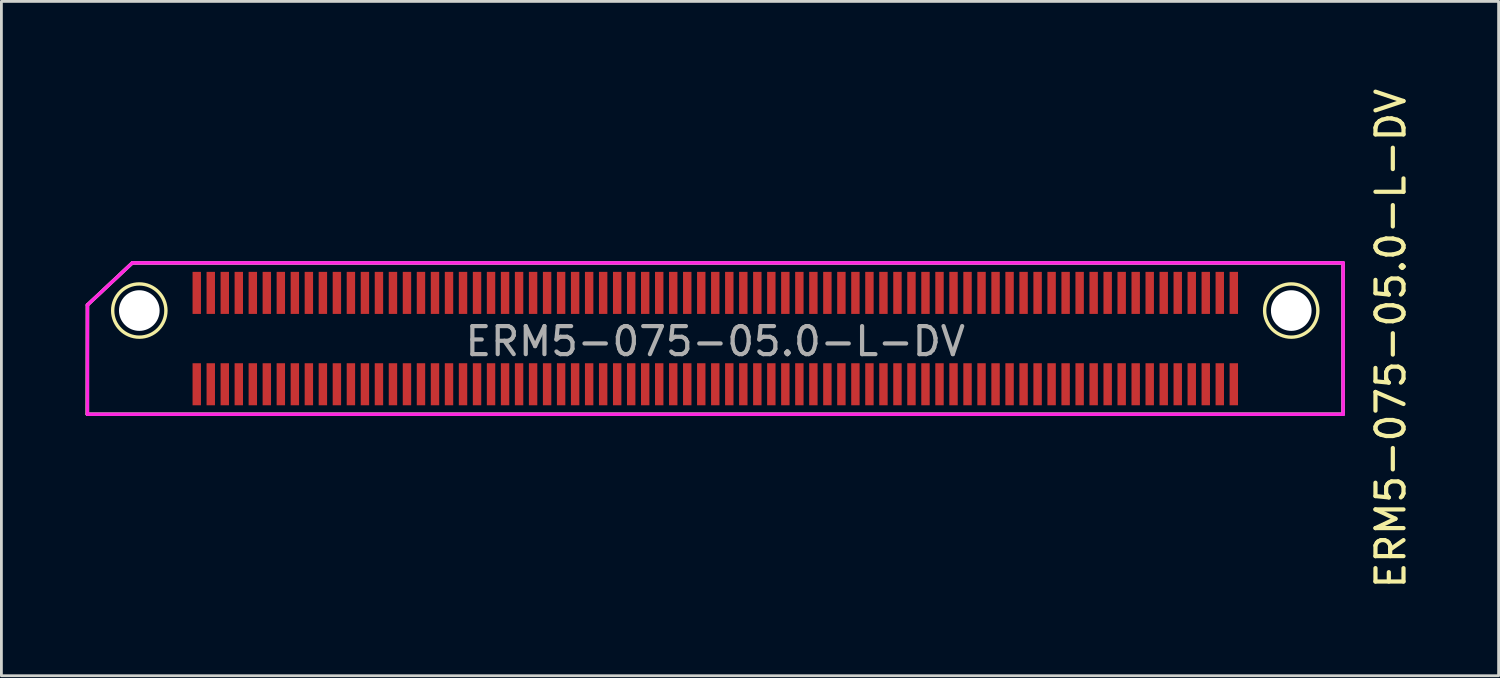
<source format=kicad_pcb>
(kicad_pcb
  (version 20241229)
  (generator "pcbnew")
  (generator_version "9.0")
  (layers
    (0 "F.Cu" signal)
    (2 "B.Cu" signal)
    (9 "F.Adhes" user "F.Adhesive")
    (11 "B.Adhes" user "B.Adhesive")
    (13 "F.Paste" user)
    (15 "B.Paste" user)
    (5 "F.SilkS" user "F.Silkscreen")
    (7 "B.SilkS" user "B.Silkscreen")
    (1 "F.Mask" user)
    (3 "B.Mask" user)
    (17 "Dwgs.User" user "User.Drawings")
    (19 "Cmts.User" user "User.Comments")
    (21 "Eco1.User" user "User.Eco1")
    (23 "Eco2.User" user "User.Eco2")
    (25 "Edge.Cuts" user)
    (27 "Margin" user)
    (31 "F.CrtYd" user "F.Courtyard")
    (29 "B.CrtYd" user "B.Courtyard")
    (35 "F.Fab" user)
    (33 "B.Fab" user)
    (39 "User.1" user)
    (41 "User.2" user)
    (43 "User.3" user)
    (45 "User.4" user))
  (footprint "ERM5-075-05.0-L-DV"
    (layer "F.Cu")
    (at 22.47 9.03)
    (property "Reference" "ERM5-075-05.0-L-DV" (at 24.1 0 90) (layer "F.SilkS") (effects (font (size 1 1) (thickness 0.15))))
    (attr smd)
    (fp_line (start -22.4 -1.2) (end -22.41 2.7) (stroke (width 0.12) (type solid)) (layer "F.SilkS"))
    (fp_line (start -22.4 2.7) (end 22.4 2.7) (stroke (width 0.12) (type solid)) (layer "F.SilkS"))
    (fp_line (start -20.8 -2.7) (end -22.4 -1.2) (stroke (width 0.12) (type solid)) (layer "F.SilkS"))
    (fp_line (start 22.4 -2.7) (end -20.8 -2.7) (stroke (width 0.12) (type solid)) (layer "F.SilkS"))
    (fp_line (start 22.4 2.7) (end 22.4 -2.7) (stroke (width 0.12) (type solid)) (layer "F.SilkS"))
    (fp_circle (center -20.55 -1) (end -19.6 -1) (stroke (width 0.12) (type solid)) (fill no) (layer "F.SilkS"))
    (fp_circle (center 20.55 -1) (end 21.5 -1) (stroke (width 0.12) (type solid)) (fill no) (layer "F.SilkS"))
    (fp_line (start -22.4 -1.2) (end -20.8 -2.7) (stroke (width 0.12) (type solid)) (layer "F.CrtYd"))
    (fp_line (start -22.4 2.7) (end -22.4 -1.2) (stroke (width 0.12) (type solid)) (layer "F.CrtYd"))
    (fp_line (start -20.8 -2.7) (end 22.4 -2.7) (stroke (width 0.12) (type solid)) (layer "F.CrtYd"))
    (fp_line (start 22.4 -2.7) (end 22.4 2.7) (stroke (width 0.12) (type solid)) (layer "F.CrtYd"))
    (fp_line (start 22.4 2.7) (end -22.4 2.7) (stroke (width 0.12) (type solid)) (layer "F.CrtYd"))
    (fp_line (start -22.4 2.7) (end -22.4 -1.2) (stroke (width 0.12) (type solid)) (layer "F.Fab"))
    (fp_line (start -20.8 -2.7) (end -22.4 -1.2) (stroke (width 0.12) (type solid)) (layer "F.Fab"))
    (fp_line (start -20.8 -2.7) (end 22.4 -2.7) (stroke (width 0.12) (type solid)) (layer "F.Fab"))
    (fp_line (start 22.4 -2.7) (end 22.4 2.7) (stroke (width 0.12) (type solid)) (layer "F.Fab"))
    (fp_line (start 22.4 2.7) (end -22.4 2.7) (stroke (width 0.12) (type solid)) (layer "F.Fab"))
    (fp_text user "${REFERENCE}" (at 0 0.1 0) (unlocked yes) (layer "F.Fab") (effects (font (size 1 1) (thickness 0.15))))
    (pad "" np_thru_hole circle (at -20.55 -1) (size 1.45 1.45) (drill 1.45) (layers "*.Cu" "*.Mask"))
    (pad "" np_thru_hole circle (at 20.55 -1) (size 1.45 1.45) (drill 1.45) (layers "*.Cu" "*.Mask"))
    (pad "1" smd rect (at -18.5 -1.63) (size 0.3 1.5) (layers "F.Cu" "F.Mask" "F.Paste"))
    (pad "2" smd rect (at -18.5 1.63) (size 0.3 1.5) (layers "F.Cu" "F.Mask" "F.Paste"))
    (pad "3" smd rect (at -18 -1.63) (size 0.3 1.5) (layers "F.Cu" "F.Mask" "F.Paste"))
    (pad "4" smd rect (at -18 1.63) (size 0.3 1.5) (layers "F.Cu" "F.Mask" "F.Paste"))
    (pad "5" smd rect (at -17.5 -1.63) (size 0.3 1.5) (layers "F.Cu" "F.Mask" "F.Paste"))
    (pad "6" smd rect (at -17.5 1.63) (size 0.3 1.5) (layers "F.Cu" "F.Mask" "F.Paste"))
    (pad "7" smd rect (at -17 -1.63) (size 0.3 1.5) (layers "F.Cu" "F.Mask" "F.Paste"))
    (pad "8" smd rect (at -17 1.63) (size 0.3 1.5) (layers "F.Cu" "F.Mask" "F.Paste"))
    (pad "9" smd rect (at -16.5 -1.63) (size 0.3 1.5) (layers "F.Cu" "F.Mask" "F.Paste"))
    (pad "10" smd rect (at -16.5 1.63) (size 0.3 1.5) (layers "F.Cu" "F.Mask" "F.Paste"))
    (pad "11" smd rect (at -16 -1.63) (size 0.3 1.5) (layers "F.Cu" "F.Mask" "F.Paste"))
    (pad "12" smd rect (at -16 1.63) (size 0.3 1.5) (layers "F.Cu" "F.Mask" "F.Paste"))
    (pad "13" smd rect (at -15.5 -1.63) (size 0.3 1.5) (layers "F.Cu" "F.Mask" "F.Paste"))
    (pad "14" smd rect (at -15.5 1.63) (size 0.3 1.5) (layers "F.Cu" "F.Mask" "F.Paste"))
    (pad "15" smd rect (at -15 -1.63) (size 0.3 1.5) (layers "F.Cu" "F.Mask" "F.Paste"))
    (pad "16" smd rect (at -15 1.63) (size 0.3 1.5) (layers "F.Cu" "F.Mask" "F.Paste"))
    (pad "17" smd rect (at -14.5 -1.63) (size 0.3 1.5) (layers "F.Cu" "F.Mask" "F.Paste"))
    (pad "18" smd rect (at -14.5 1.63) (size 0.3 1.5) (layers "F.Cu" "F.Mask" "F.Paste"))
    (pad "19" smd rect (at -14 -1.63) (size 0.3 1.5) (layers "F.Cu" "F.Mask" "F.Paste"))
    (pad "20" smd rect (at -14 1.63) (size 0.3 1.5) (layers "F.Cu" "F.Mask" "F.Paste"))
    (pad "21" smd rect (at -13.5 -1.63) (size 0.3 1.5) (layers "F.Cu" "F.Mask" "F.Paste"))
    (pad "22" smd rect (at -13.5 1.63) (size 0.3 1.5) (layers "F.Cu" "F.Mask" "F.Paste"))
    (pad "23" smd rect (at -13 -1.63) (size 0.3 1.5) (layers "F.Cu" "F.Mask" "F.Paste"))
    (pad "24" smd rect (at -13 1.63) (size 0.3 1.5) (layers "F.Cu" "F.Mask" "F.Paste"))
    (pad "25" smd rect (at -12.5 -1.63) (size 0.3 1.5) (layers "F.Cu" "F.Mask" "F.Paste"))
    (pad "26" smd rect (at -12.5 1.63) (size 0.3 1.5) (layers "F.Cu" "F.Mask" "F.Paste"))
    (pad "27" smd rect (at -12 -1.63) (size 0.3 1.5) (layers "F.Cu" "F.Mask" "F.Paste"))
    (pad "28" smd rect (at -12 1.63) (size 0.3 1.5) (layers "F.Cu" "F.Mask" "F.Paste"))
    (pad "29" smd rect (at -11.5 -1.63) (size 0.3 1.5) (layers "F.Cu" "F.Mask" "F.Paste"))
    (pad "30" smd rect (at -11.5 1.63) (size 0.3 1.5) (layers "F.Cu" "F.Mask" "F.Paste"))
    (pad "31" smd rect (at -11 -1.63) (size 0.3 1.5) (layers "F.Cu" "F.Mask" "F.Paste"))
    (pad "32" smd rect (at -11 1.63) (size 0.3 1.5) (layers "F.Cu" "F.Mask" "F.Paste"))
    (pad "33" smd rect (at -10.5 -1.63) (size 0.3 1.5) (layers "F.Cu" "F.Mask" "F.Paste"))
    (pad "34" smd rect (at -10.5 1.63) (size 0.3 1.5) (layers "F.Cu" "F.Mask" "F.Paste"))
    (pad "35" smd rect (at -10 -1.63) (size 0.3 1.5) (layers "F.Cu" "F.Mask" "F.Paste"))
    (pad "36" smd rect (at -10 1.63) (size 0.3 1.5) (layers "F.Cu" "F.Mask" "F.Paste"))
    (pad "37" smd rect (at -9.5 -1.63) (size 0.3 1.5) (layers "F.Cu" "F.Mask" "F.Paste"))
    (pad "38" smd rect (at -9.5 1.63) (size 0.3 1.5) (layers "F.Cu" "F.Mask" "F.Paste"))
    (pad "39" smd rect (at -9 -1.63) (size 0.3 1.5) (layers "F.Cu" "F.Mask" "F.Paste"))
    (pad "40" smd rect (at -9 1.63) (size 0.3 1.5) (layers "F.Cu" "F.Mask" "F.Paste"))
    (pad "41" smd rect (at -8.5 -1.63) (size 0.3 1.5) (layers "F.Cu" "F.Mask" "F.Paste"))
    (pad "42" smd rect (at -8.5 1.63) (size 0.3 1.5) (layers "F.Cu" "F.Mask" "F.Paste"))
    (pad "43" smd rect (at -8 -1.63) (size 0.3 1.5) (layers "F.Cu" "F.Mask" "F.Paste"))
    (pad "44" smd rect (at -8 1.63) (size 0.3 1.5) (layers "F.Cu" "F.Mask" "F.Paste"))
    (pad "45" smd rect (at -7.5 -1.63) (size 0.3 1.5) (layers "F.Cu" "F.Mask" "F.Paste"))
    (pad "46" smd rect (at -7.5 1.63) (size 0.3 1.5) (layers "F.Cu" "F.Mask" "F.Paste"))
    (pad "47" smd rect (at -7 -1.63) (size 0.3 1.5) (layers "F.Cu" "F.Mask" "F.Paste"))
    (pad "48" smd rect (at -7 1.63) (size 0.3 1.5) (layers "F.Cu" "F.Mask" "F.Paste"))
    (pad "49" smd rect (at -6.5 -1.63) (size 0.3 1.5) (layers "F.Cu" "F.Mask" "F.Paste"))
    (pad "50" smd rect (at -6.5 1.63) (size 0.3 1.5) (layers "F.Cu" "F.Mask" "F.Paste"))
    (pad "51" smd rect (at -6 -1.63) (size 0.3 1.5) (layers "F.Cu" "F.Mask" "F.Paste"))
    (pad "52" smd rect (at -6 1.63) (size 0.3 1.5) (layers "F.Cu" "F.Mask" "F.Paste"))
    (pad "53" smd rect (at -5.5 -1.63) (size 0.3 1.5) (layers "F.Cu" "F.Mask" "F.Paste"))
    (pad "54" smd rect (at -5.5 1.63) (size 0.3 1.5) (layers "F.Cu" "F.Mask" "F.Paste"))
    (pad "55" smd rect (at -5 -1.63) (size 0.3 1.5) (layers "F.Cu" "F.Mask" "F.Paste"))
    (pad "56" smd rect (at -5 1.63) (size 0.3 1.5) (layers "F.Cu" "F.Mask" "F.Paste"))
    (pad "57" smd rect (at -4.5 -1.63) (size 0.3 1.5) (layers "F.Cu" "F.Mask" "F.Paste"))
    (pad "58" smd rect (at -4.5 1.63) (size 0.3 1.5) (layers "F.Cu" "F.Mask" "F.Paste"))
    (pad "59" smd rect (at -4 -1.63) (size 0.3 1.5) (layers "F.Cu" "F.Mask" "F.Paste"))
    (pad "60" smd rect (at -4 1.63) (size 0.3 1.5) (layers "F.Cu" "F.Mask" "F.Paste"))
    (pad "61" smd rect (at -3.5 -1.63) (size 0.3 1.5) (layers "F.Cu" "F.Mask" "F.Paste"))
    (pad "62" smd rect (at -3.5 1.63) (size 0.3 1.5) (layers "F.Cu" "F.Mask" "F.Paste"))
    (pad "63" smd rect (at -3 -1.63) (size 0.3 1.5) (layers "F.Cu" "F.Mask" "F.Paste"))
    (pad "64" smd rect (at -3 1.63) (size 0.3 1.5) (layers "F.Cu" "F.Mask" "F.Paste"))
    (pad "65" smd rect (at -2.5 -1.63) (size 0.3 1.5) (layers "F.Cu" "F.Mask" "F.Paste"))
    (pad "66" smd rect (at -2.5 1.63) (size 0.3 1.5) (layers "F.Cu" "F.Mask" "F.Paste"))
    (pad "67" smd rect (at -2 -1.63) (size 0.3 1.5) (layers "F.Cu" "F.Mask" "F.Paste"))
    (pad "68" smd rect (at -2 1.63) (size 0.3 1.5) (layers "F.Cu" "F.Mask" "F.Paste"))
    (pad "69" smd rect (at -1.5 -1.63) (size 0.3 1.5) (layers "F.Cu" "F.Mask" "F.Paste"))
    (pad "70" smd rect (at -1.5 1.63) (size 0.3 1.5) (layers "F.Cu" "F.Mask" "F.Paste"))
    (pad "71" smd rect (at -1 -1.63) (size 0.3 1.5) (layers "F.Cu" "F.Mask" "F.Paste"))
    (pad "72" smd rect (at -1 1.63) (size 0.3 1.5) (layers "F.Cu" "F.Mask" "F.Paste"))
    (pad "73" smd rect (at -0.5 -1.63) (size 0.3 1.5) (layers "F.Cu" "F.Mask" "F.Paste"))
    (pad "74" smd rect (at -0.5 1.63) (size 0.3 1.5) (layers "F.Cu" "F.Mask" "F.Paste"))
    (pad "75" smd rect (at 0 -1.63) (size 0.3 1.5) (layers "F.Cu" "F.Mask" "F.Paste"))
    (pad "76" smd rect (at 0 1.63) (size 0.3 1.5) (layers "F.Cu" "F.Mask" "F.Paste"))
    (pad "77" smd rect (at 0.5 -1.63) (size 0.3 1.5) (layers "F.Cu" "F.Mask" "F.Paste"))
    (pad "78" smd rect (at 0.5 1.63) (size 0.3 1.5) (layers "F.Cu" "F.Mask" "F.Paste"))
    (pad "79" smd rect (at 1 -1.63) (size 0.3 1.5) (layers "F.Cu" "F.Mask" "F.Paste"))
    (pad "80" smd rect (at 1 1.63) (size 0.3 1.5) (layers "F.Cu" "F.Mask" "F.Paste"))
    (pad "81" smd rect (at 1.5 -1.63) (size 0.3 1.5) (layers "F.Cu" "F.Mask" "F.Paste"))
    (pad "82" smd rect (at 1.5 1.63) (size 0.3 1.5) (layers "F.Cu" "F.Mask" "F.Paste"))
    (pad "83" smd rect (at 2 -1.63) (size 0.3 1.5) (layers "F.Cu" "F.Mask" "F.Paste"))
    (pad "84" smd rect (at 2 1.63) (size 0.3 1.5) (layers "F.Cu" "F.Mask" "F.Paste"))
    (pad "85" smd rect (at 2.5 -1.63) (size 0.3 1.5) (layers "F.Cu" "F.Mask" "F.Paste"))
    (pad "86" smd rect (at 2.5 1.63) (size 0.3 1.5) (layers "F.Cu" "F.Mask" "F.Paste"))
    (pad "87" smd rect (at 3 -1.63) (size 0.3 1.5) (layers "F.Cu" "F.Mask" "F.Paste"))
    (pad "88" smd rect (at 3 1.63) (size 0.3 1.5) (layers "F.Cu" "F.Mask" "F.Paste"))
    (pad "89" smd rect (at 3.5 -1.63) (size 0.3 1.5) (layers "F.Cu" "F.Mask" "F.Paste"))
    (pad "90" smd rect (at 3.5 1.63) (size 0.3 1.5) (layers "F.Cu" "F.Mask" "F.Paste"))
    (pad "91" smd rect (at 4 -1.63) (size 0.3 1.5) (layers "F.Cu" "F.Mask" "F.Paste"))
    (pad "92" smd rect (at 4 1.63) (size 0.3 1.5) (layers "F.Cu" "F.Mask" "F.Paste"))
    (pad "93" smd rect (at 4.5 -1.63) (size 0.3 1.5) (layers "F.Cu" "F.Mask" "F.Paste"))
    (pad "94" smd rect (at 4.5 1.63) (size 0.3 1.5) (layers "F.Cu" "F.Mask" "F.Paste"))
    (pad "95" smd rect (at 5 -1.63) (size 0.3 1.5) (layers "F.Cu" "F.Mask" "F.Paste"))
    (pad "96" smd rect (at 5 1.63) (size 0.3 1.5) (layers "F.Cu" "F.Mask" "F.Paste"))
    (pad "97" smd rect (at 5.5 -1.63) (size 0.3 1.5) (layers "F.Cu" "F.Mask" "F.Paste"))
    (pad "98" smd rect (at 5.5 1.63) (size 0.3 1.5) (layers "F.Cu" "F.Mask" "F.Paste"))
    (pad "99" smd rect (at 6 -1.63) (size 0.3 1.5) (layers "F.Cu" "F.Mask" "F.Paste"))
    (pad "100" smd rect (at 6 1.63) (size 0.3 1.5) (layers "F.Cu" "F.Mask" "F.Paste"))
    (pad "101" smd rect (at 6.5 -1.63) (size 0.3 1.5) (layers "F.Cu" "F.Mask" "F.Paste"))
    (pad "102" smd rect (at 6.5 1.63) (size 0.3 1.5) (layers "F.Cu" "F.Mask" "F.Paste"))
    (pad "103" smd rect (at 7 -1.63) (size 0.3 1.5) (layers "F.Cu" "F.Mask" "F.Paste"))
    (pad "104" smd rect (at 7 1.63) (size 0.3 1.5) (layers "F.Cu" "F.Mask" "F.Paste"))
    (pad "105" smd rect (at 7.5 -1.63) (size 0.3 1.5) (layers "F.Cu" "F.Mask" "F.Paste"))
    (pad "106" smd rect (at 7.5 1.63) (size 0.3 1.5) (layers "F.Cu" "F.Mask" "F.Paste"))
    (pad "107" smd rect (at 8 -1.63) (size 0.3 1.5) (layers "F.Cu" "F.Mask" "F.Paste"))
    (pad "108" smd rect (at 8 1.63) (size 0.3 1.5) (layers "F.Cu" "F.Mask" "F.Paste"))
    (pad "109" smd rect (at 8.5 -1.63) (size 0.3 1.5) (layers "F.Cu" "F.Mask" "F.Paste"))
    (pad "110" smd rect (at 8.5 1.63) (size 0.3 1.5) (layers "F.Cu" "F.Mask" "F.Paste"))
    (pad "111" smd rect (at 9 -1.63) (size 0.3 1.5) (layers "F.Cu" "F.Mask" "F.Paste"))
    (pad "112" smd rect (at 9 1.63) (size 0.3 1.5) (layers "F.Cu" "F.Mask" "F.Paste"))
    (pad "113" smd rect (at 9.5 -1.63) (size 0.3 1.5) (layers "F.Cu" "F.Mask" "F.Paste"))
    (pad "114" smd rect (at 9.5 1.63) (size 0.3 1.5) (layers "F.Cu" "F.Mask" "F.Paste"))
    (pad "115" smd rect (at 10 -1.63) (size 0.3 1.5) (layers "F.Cu" "F.Mask" "F.Paste"))
    (pad "116" smd rect (at 10 1.63) (size 0.3 1.5) (layers "F.Cu" "F.Mask" "F.Paste"))
    (pad "117" smd rect (at 10.5 -1.63) (size 0.3 1.5) (layers "F.Cu" "F.Mask" "F.Paste"))
    (pad "118" smd rect (at 10.5 1.63) (size 0.3 1.5) (layers "F.Cu" "F.Mask" "F.Paste"))
    (pad "119" smd rect (at 11 -1.63) (size 0.3 1.5) (layers "F.Cu" "F.Mask" "F.Paste"))
    (pad "120" smd rect (at 11 1.63) (size 0.3 1.5) (layers "F.Cu" "F.Mask" "F.Paste"))
    (pad "121" smd rect (at 11.5 -1.63) (size 0.3 1.5) (layers "F.Cu" "F.Mask" "F.Paste"))
    (pad "122" smd rect (at 11.5 1.63) (size 0.3 1.5) (layers "F.Cu" "F.Mask" "F.Paste"))
    (pad "123" smd rect (at 12 -1.63) (size 0.3 1.5) (layers "F.Cu" "F.Mask" "F.Paste"))
    (pad "124" smd rect (at 12 1.63) (size 0.3 1.5) (layers "F.Cu" "F.Mask" "F.Paste"))
    (pad "125" smd rect (at 12.5 -1.63) (size 0.3 1.5) (layers "F.Cu" "F.Mask" "F.Paste"))
    (pad "126" smd rect (at 12.5 1.63) (size 0.3 1.5) (layers "F.Cu" "F.Mask" "F.Paste"))
    (pad "127" smd rect (at 13 -1.63) (size 0.3 1.5) (layers "F.Cu" "F.Mask" "F.Paste"))
    (pad "128" smd rect (at 13 1.63) (size 0.3 1.5) (layers "F.Cu" "F.Mask" "F.Paste"))
    (pad "129" smd rect (at 13.5 -1.63) (size 0.3 1.5) (layers "F.Cu" "F.Mask" "F.Paste"))
    (pad "130" smd rect (at 13.5 1.63) (size 0.3 1.5) (layers "F.Cu" "F.Mask" "F.Paste"))
    (pad "131" smd rect (at 14 -1.63) (size 0.3 1.5) (layers "F.Cu" "F.Mask" "F.Paste"))
    (pad "132" smd rect (at 14 1.63) (size 0.3 1.5) (layers "F.Cu" "F.Mask" "F.Paste"))
    (pad "133" smd rect (at 14.5 -1.63) (size 0.3 1.5) (layers "F.Cu" "F.Mask" "F.Paste"))
    (pad "134" smd rect (at 14.5 1.63) (size 0.3 1.5) (layers "F.Cu" "F.Mask" "F.Paste"))
    (pad "135" smd rect (at 15 -1.63) (size 0.3 1.5) (layers "F.Cu" "F.Mask" "F.Paste"))
    (pad "136" smd rect (at 15 1.63) (size 0.3 1.5) (layers "F.Cu" "F.Mask" "F.Paste"))
    (pad "137" smd rect (at 15.5 -1.63) (size 0.3 1.5) (layers "F.Cu" "F.Mask" "F.Paste"))
    (pad "138" smd rect (at 15.5 1.63) (size 0.3 1.5) (layers "F.Cu" "F.Mask" "F.Paste"))
    (pad "139" smd rect (at 16 -1.63) (size 0.3 1.5) (layers "F.Cu" "F.Mask" "F.Paste"))
    (pad "140" smd rect (at 16 1.63) (size 0.3 1.5) (layers "F.Cu" "F.Mask" "F.Paste"))
    (pad "141" smd rect (at 16.5 -1.63) (size 0.3 1.5) (layers "F.Cu" "F.Mask" "F.Paste"))
    (pad "142" smd rect (at 16.5 1.63) (size 0.3 1.5) (layers "F.Cu" "F.Mask" "F.Paste"))
    (pad "143" smd rect (at 17 -1.63) (size 0.3 1.5) (layers "F.Cu" "F.Mask" "F.Paste"))
    (pad "144" smd rect (at 17 1.63) (size 0.3 1.5) (layers "F.Cu" "F.Mask" "F.Paste"))
    (pad "145" smd rect (at 17.5 -1.63) (size 0.3 1.5) (layers "F.Cu" "F.Mask" "F.Paste"))
    (pad "146" smd rect (at 17.5 1.63) (size 0.3 1.5) (layers "F.Cu" "F.Mask" "F.Paste"))
    (pad "147" smd rect (at 18 -1.63) (size 0.3 1.5) (layers "F.Cu" "F.Mask" "F.Paste"))
    (pad "148" smd rect (at 18 1.63) (size 0.3 1.5) (layers "F.Cu" "F.Mask" "F.Paste"))
    (pad "149" smd rect (at 18.5 -1.63) (size 0.3 1.5) (layers "F.Cu" "F.Mask" "F.Paste"))
    (pad "150" smd rect (at 18.5 1.63) (size 0.3 1.5) (layers "F.Cu" "F.Mask" "F.Paste")))
  (gr_rect
    (start -3 -3)
    (end 50.418 21.06)
    (stroke (width 0.1) (type default))
    (fill no)
    (layer "Edge.Cuts")))
</source>
